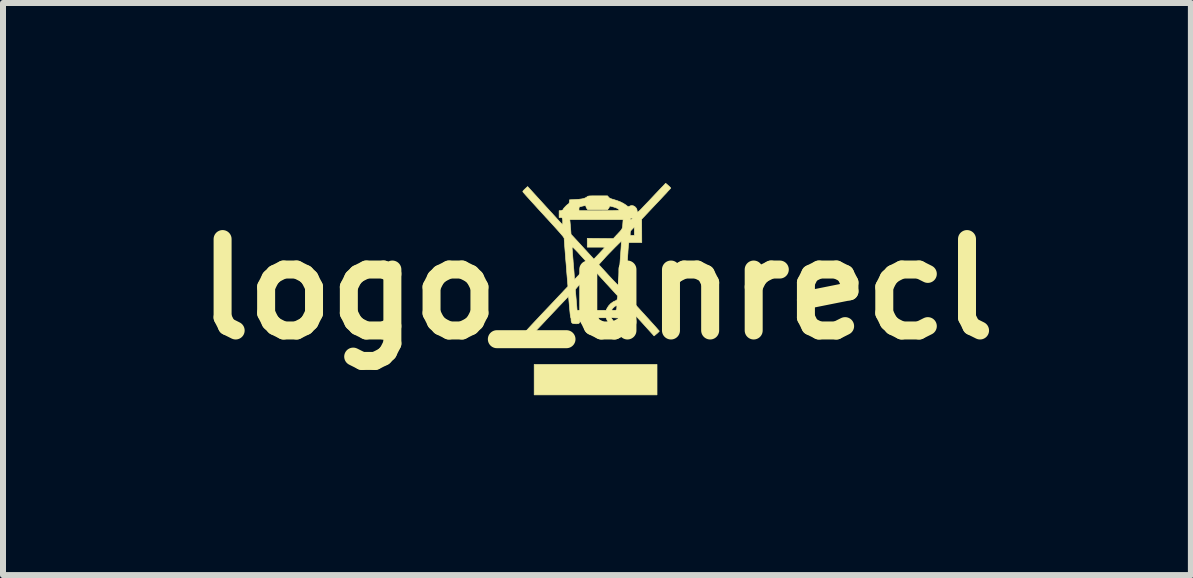
<source format=kicad_pcb>
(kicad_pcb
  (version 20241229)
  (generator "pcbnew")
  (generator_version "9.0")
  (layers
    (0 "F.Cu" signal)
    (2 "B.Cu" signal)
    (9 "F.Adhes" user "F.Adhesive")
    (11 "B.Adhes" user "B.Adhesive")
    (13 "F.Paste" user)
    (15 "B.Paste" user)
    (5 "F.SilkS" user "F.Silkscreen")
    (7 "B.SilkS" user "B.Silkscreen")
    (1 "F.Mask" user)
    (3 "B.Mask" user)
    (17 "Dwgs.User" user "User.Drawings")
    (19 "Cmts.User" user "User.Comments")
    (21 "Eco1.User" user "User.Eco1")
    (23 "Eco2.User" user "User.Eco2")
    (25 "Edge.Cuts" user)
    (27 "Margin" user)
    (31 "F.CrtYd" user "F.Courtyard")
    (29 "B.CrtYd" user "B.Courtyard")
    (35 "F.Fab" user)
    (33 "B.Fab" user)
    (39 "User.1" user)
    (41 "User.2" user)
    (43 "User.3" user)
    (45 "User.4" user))
  (footprint "logo_unrecl"
    (layer "F.Cu")
    (at 6.902 1.77)
    (property "Reference" "logo_unrecl" (at 0 0 0) (layer "F.SilkS") (effects (font (size 1.524 1.524) (thickness 0.3))))
    (attr through_hole)
    (fp_poly (pts (xy 1.001 1.763) (xy -1.047 1.763) (xy -1.047 1.255) (xy 1.001 1.255) (xy 1.001 1.763)) (stroke (width 0.01) (type solid)) (fill yes) (layer "F.SilkS"))
    (fp_poly (pts (xy 1.189 -1.727) (xy 1.209 -1.709) (xy 1.224 -1.693) (xy 1.23 -1.685) (xy 1.23 -1.684) (xy 1.224 -1.677) (xy 1.209 -1.66) (xy 1.185 -1.635) (xy 1.155 -1.601) (xy 1.117 -1.561) (xy 1.075 -1.516) (xy 1.028 -1.466) (xy 0.986 -1.422) (xy 0.745 -1.166) (xy 0.746 -0.972) (xy 0.747 -0.777) (xy 0.532 -0.777) (xy 0.528 -0.752) (xy 0.526 -0.736) (xy 0.523 -0.708) (xy 0.52 -0.671) (xy 0.517 -0.628) (xy 0.516 -0.604) (xy 0.513 -0.566) (xy 0.51 -0.516) (xy 0.506 -0.456) (xy 0.501 -0.389) (xy 0.496 -0.319) (xy 0.491 -0.248) (xy 0.488 -0.206) (xy 0.467 0.069) (xy 0.525 0.133) (xy 0.543 0.152) (xy 0.569 0.181) (xy 0.604 0.219) (xy 0.644 0.263) (xy 0.689 0.312) (xy 0.737 0.365) (xy 0.787 0.419) (xy 0.811 0.446) (xy 0.859 0.498) (xy 0.903 0.547) (xy 0.943 0.591) (xy 0.977 0.629) (xy 1.005 0.661) (xy 1.025 0.684) (xy 1.037 0.697) (xy 1.039 0.701) (xy 1.034 0.708) (xy 1.019 0.722) (xy 0.999 0.741) (xy 0.996 0.743) (xy 0.952 0.78) (xy 0.929 0.754) (xy 0.917 0.741) (xy 0.897 0.719) (xy 0.87 0.689) (xy 0.837 0.653) (xy 0.801 0.613) (xy 0.767 0.575) (xy 0.628 0.423) (xy 0.619 0.459) (xy 0.601 0.517) (xy 0.575 0.563) (xy 0.54 0.599) (xy 0.494 0.629) (xy 0.487 0.632) (xy 0.455 0.647) (xy 0.428 0.654) (xy 0.399 0.657) (xy 0.386 0.657) (xy 0.329 0.65) (xy 0.276 0.63) (xy 0.229 0.599) (xy 0.191 0.559) (xy 0.165 0.511) (xy 0.165 0.511) (xy 0.152 0.477) (xy -0.285 0.477) (xy -0.285 0.512) (xy -0.286 0.543) (xy -0.293 0.563) (xy -0.307 0.573) (xy -0.333 0.577) (xy -0.353 0.577) (xy -0.389 0.575) (xy -0.412 0.568) (xy -0.425 0.553) (xy -0.431 0.529) (xy -0.431 0.515) (xy -0.432 0.492) (xy -0.436 0.476) (xy -0.437 0.475) (xy 0.237 0.475) (xy 0.249 0.497) (xy 0.275 0.532) (xy 0.311 0.558) (xy 0.352 0.572) (xy 0.396 0.575) (xy 0.44 0.566) (xy 0.473 0.549) (xy 0.505 0.518) (xy 0.527 0.479) (xy 0.537 0.437) (xy 0.536 0.393) (xy 0.524 0.351) (xy 0.5 0.315) (xy 0.481 0.297) (xy 0.455 0.277) (xy 0.45 0.326) (xy 0.448 0.356) (xy 0.448 0.384) (xy 0.45 0.399) (xy 0.451 0.425) (xy 0.445 0.45) (xy 0.434 0.471) (xy 0.42 0.48) (xy 0.406 0.482) (xy 0.381 0.482) (xy 0.348 0.481) (xy 0.321 0.48) (xy 0.237 0.475) (xy -0.437 0.475) (xy -0.438 0.473) (xy -0.441 0.463) (xy -0.444 0.441) (xy -0.448 0.408) (xy -0.452 0.366) (xy -0.457 0.318) (xy -0.459 0.294) (xy -0.463 0.245) (xy -0.467 0.201) (xy -0.47 0.165) (xy -0.474 0.139) (xy -0.476 0.125) (xy -0.477 0.124) (xy -0.483 0.129) (xy -0.498 0.145) (xy -0.522 0.17) (xy -0.553 0.202) (xy -0.59 0.241) (xy -0.633 0.286) (xy -0.679 0.335) (xy -0.716 0.374) (xy -0.769 0.43) (xy -0.822 0.486) (xy -0.873 0.541) (xy -0.921 0.592) (xy -0.964 0.637) (xy -1.001 0.676) (xy -1.03 0.707) (xy -1.039 0.716) (xy -1.128 0.809) (xy -1.168 0.773) (xy -1.188 0.754) (xy -1.202 0.738) (xy -1.207 0.727) (xy -1.207 0.727) (xy -1.201 0.72) (xy -1.186 0.702) (xy -1.162 0.676) (xy -1.13 0.641) (xy -1.092 0.6) (xy -1.047 0.552) (xy -0.997 0.499) (xy -0.944 0.442) (xy -0.893 0.388) (xy -0.835 0.327) (xy -0.778 0.267) (xy -0.725 0.211) (xy -0.676 0.159) (xy -0.632 0.112) (xy -0.594 0.072) (xy -0.564 0.04) (xy -0.543 0.017) (xy -0.533 0.007) (xy -0.531 0.005) (xy -0.361 0.005) (xy -0.346 0.177) (xy -0.342 0.227) (xy -0.338 0.272) (xy -0.335 0.308) (xy -0.333 0.335) (xy -0.331 0.35) (xy -0.331 0.352) (xy -0.324 0.353) (xy -0.303 0.353) (xy -0.27 0.353) (xy -0.227 0.354) (xy -0.177 0.354) (xy -0.12 0.354) (xy -0.089 0.354) (xy 0.153 0.354) (xy 0.156 0.347) (xy 0.246 0.347) (xy 0.253 0.351) (xy 0.271 0.354) (xy 0.284 0.354) (xy 0.31 0.352) (xy 0.323 0.346) (xy 0.326 0.342) (xy 0.329 0.326) (xy 0.331 0.304) (xy 0.331 0.299) (xy 0.331 0.269) (xy 0.307 0.282) (xy 0.288 0.296) (xy 0.269 0.314) (xy 0.253 0.332) (xy 0.246 0.346) (xy 0.246 0.347) (xy 0.156 0.347) (xy 0.168 0.32) (xy 0.193 0.28) (xy 0.228 0.242) (xy 0.27 0.212) (xy 0.294 0.2) (xy 0.318 0.19) (xy 0.331 0.181) (xy 0.337 0.169) (xy 0.34 0.151) (xy 0.341 0.148) (xy 0.345 0.112) (xy 0.194 -0.053) (xy 0.152 -0.098) (xy 0.112 -0.143) (xy 0.074 -0.184) (xy 0.041 -0.22) (xy 0.015 -0.249) (xy -0.003 -0.269) (xy -0.004 -0.27) (xy -0.025 -0.293) (xy -0.041 -0.311) (xy -0.052 -0.321) (xy -0.054 -0.322) (xy -0.06 -0.316) (xy -0.075 -0.302) (xy -0.097 -0.279) (xy -0.125 -0.25) (xy -0.156 -0.218) (xy -0.189 -0.183) (xy -0.223 -0.147) (xy -0.256 -0.112) (xy -0.286 -0.08) (xy -0.311 -0.053) (xy -0.33 -0.032) (xy -0.34 -0.02) (xy -0.361 0.005) (xy -0.531 0.005) (xy -0.484 -0.045) (xy -0.504 -0.282) (xy -0.513 -0.402) (xy -0.522 -0.507) (xy -0.529 -0.599) (xy -0.535 -0.676) (xy -0.537 -0.702) (xy -0.414 -0.702) (xy -0.414 -0.691) (xy -0.413 -0.667) (xy -0.41 -0.631) (xy -0.407 -0.587) (xy -0.403 -0.535) (xy -0.398 -0.477) (xy -0.397 -0.458) (xy -0.392 -0.398) (xy -0.387 -0.342) (xy -0.383 -0.292) (xy -0.38 -0.249) (xy -0.378 -0.217) (xy -0.377 -0.197) (xy -0.377 -0.195) (xy -0.377 -0.174) (xy -0.375 -0.163) (xy -0.375 -0.162) (xy -0.369 -0.167) (xy -0.354 -0.182) (xy -0.332 -0.205) (xy -0.304 -0.234) (xy -0.271 -0.268) (xy -0.255 -0.286) (xy -0.221 -0.322) (xy -0.191 -0.354) (xy -0.167 -0.381) (xy -0.15 -0.402) (xy -0.144 -0.409) (xy 0.03 -0.409) (xy 0.189 -0.235) (xy 0.229 -0.192) (xy 0.265 -0.153) (xy 0.297 -0.12) (xy 0.323 -0.093) (xy 0.341 -0.075) (xy 0.351 -0.066) (xy 0.352 -0.065) (xy 0.354 -0.074) (xy 0.357 -0.095) (xy 0.36 -0.128) (xy 0.363 -0.17) (xy 0.367 -0.218) (xy 0.37 -0.256) (xy 0.375 -0.322) (xy 0.38 -0.396) (xy 0.386 -0.472) (xy 0.391 -0.544) (xy 0.396 -0.607) (xy 0.396 -0.614) (xy 0.4 -0.664) (xy 0.403 -0.71) (xy 0.405 -0.748) (xy 0.406 -0.777) (xy 0.407 -0.794) (xy 0.407 -0.797) (xy 0.401 -0.794) (xy 0.386 -0.781) (xy 0.364 -0.76) (xy 0.336 -0.732) (xy 0.302 -0.699) (xy 0.266 -0.662) (xy 0.227 -0.622) (xy 0.188 -0.582) (xy 0.15 -0.542) (xy 0.115 -0.503) (xy 0.083 -0.468) (xy 0.056 -0.438) (xy 0.056 -0.438) (xy 0.03 -0.409) (xy -0.144 -0.409) (xy -0.141 -0.413) (xy -0.14 -0.415) (xy -0.146 -0.422) (xy -0.16 -0.439) (xy -0.183 -0.464) (xy -0.211 -0.496) (xy -0.244 -0.532) (xy -0.277 -0.568) (xy -0.322 -0.618) (xy -0.358 -0.655) (xy -0.385 -0.682) (xy -0.403 -0.698) (xy -0.412 -0.703) (xy -0.414 -0.702) (xy -0.537 -0.702) (xy -0.54 -0.74) (xy -0.543 -0.788) (xy -0.546 -0.822) (xy -0.546 -0.841) (xy -0.546 -0.843) (xy -0.548 -0.849) (xy -0.551 -0.857) (xy -0.559 -0.868) (xy -0.57 -0.884) (xy -0.587 -0.904) (xy -0.609 -0.93) (xy -0.638 -0.963) (xy -0.674 -1.003) (xy -0.718 -1.052) (xy -0.77 -1.109) (xy -0.833 -1.178) (xy -0.851 -1.197) (xy -0.926 -1.279) (xy -0.992 -1.351) (xy -1.048 -1.413) (xy -1.096 -1.465) (xy -1.135 -1.509) (xy -1.167 -1.544) (xy -1.193 -1.573) (xy -1.211 -1.594) (xy -1.225 -1.61) (xy -1.233 -1.62) (xy -1.236 -1.626) (xy -1.237 -1.627) (xy -1.232 -1.636) (xy -1.218 -1.652) (xy -1.199 -1.671) (xy -1.197 -1.673) (xy -1.156 -1.71) (xy -0.573 -1.071) (xy -0.571 -1.107) (xy -0.571 -1.135) (xy -0.572 -1.161) (xy -0.572 -1.162) (xy -0.454 -1.162) (xy -0.45 -1.13) (xy -0.448 -1.109) (xy -0.445 -1.077) (xy -0.442 -1.039) (xy -0.439 -1.006) (xy -0.432 -0.914) (xy -0.36 -0.836) (xy -0.332 -0.806) (xy -0.297 -0.768) (xy -0.257 -0.724) (xy -0.216 -0.679) (xy -0.176 -0.636) (xy -0.17 -0.629) (xy -0.052 -0.5) (xy 0.03 -0.586) (xy 0.059 -0.617) (xy 0.085 -0.645) (xy 0.106 -0.667) (xy 0.119 -0.682) (xy 0.122 -0.686) (xy 0.124 -0.691) (xy 0.124 -0.695) (xy 0.118 -0.697) (xy 0.104 -0.699) (xy 0.081 -0.7) (xy 0.048 -0.7) (xy 0.001 -0.7) (xy -0.015 -0.7) (xy -0.162 -0.7) (xy -0.162 -0.847) (xy 0.056 -0.845) (xy 0.273 -0.843) (xy 0.348 -0.923) (xy 0.355 -0.931) (xy 0.554 -0.931) (xy 0.554 -0.895) (xy 0.623 -0.897) (xy 0.623 -0.966) (xy 0.623 -1.035) (xy 0.589 -1.001) (xy 0.569 -0.98) (xy 0.559 -0.965) (xy 0.555 -0.948) (xy 0.554 -0.931) (xy 0.355 -0.931) (xy 0.377 -0.954) (xy 0.397 -0.977) (xy 0.412 -0.997) (xy 0.421 -1.016) (xy 0.426 -1.038) (xy 0.429 -1.068) (xy 0.432 -1.108) (xy 0.433 -1.122) (xy 0.436 -1.162) (xy -0.454 -1.162) (xy -0.572 -1.162) (xy -0.573 -1.168) (xy -0.574 -1.17) (xy 0.554 -1.17) (xy 0.557 -1.157) (xy 0.561 -1.155) (xy 0.57 -1.16) (xy 0.581 -1.17) (xy 0.59 -1.181) (xy 0.587 -1.185) (xy 0.575 -1.185) (xy 0.559 -1.182) (xy 0.554 -1.171) (xy 0.554 -1.17) (xy -0.574 -1.17) (xy -0.578 -1.185) (xy -0.588 -1.192) (xy -0.605 -1.193) (xy -0.631 -1.193) (xy -0.631 -1.308) (xy -0.6 -1.308) (xy -0.578 -1.311) (xy -0.57 -1.318) (xy -0.57 -1.319) (xy -0.564 -1.331) (xy -0.559 -1.339) (xy -0.3 -1.339) (xy -0.3 -1.308) (xy 0.035 -1.308) (xy 0.116 -1.309) (xy 0.184 -1.309) (xy 0.238 -1.309) (xy 0.281 -1.31) (xy 0.314 -1.311) (xy 0.338 -1.312) (xy 0.354 -1.313) (xy 0.364 -1.315) (xy 0.368 -1.318) (xy 0.369 -1.32) (xy 0.362 -1.331) (xy 0.343 -1.344) (xy 0.313 -1.358) (xy 0.275 -1.37) (xy 0.264 -1.373) (xy 0.235 -1.381) (xy 0.219 -1.384) (xy 0.211 -1.384) (xy 0.208 -1.38) (xy 0.208 -1.375) (xy 0.203 -1.362) (xy 0.193 -1.345) (xy 0.192 -1.344) (xy 0.176 -1.324) (xy -0.153 -1.324) (xy -0.169 -1.344) (xy -0.18 -1.363) (xy -0.185 -1.379) (xy -0.185 -1.38) (xy -0.187 -1.389) (xy -0.195 -1.392) (xy -0.214 -1.39) (xy -0.242 -1.384) (xy -0.271 -1.377) (xy -0.271 -1.377) (xy -0.29 -1.371) (xy -0.298 -1.362) (xy -0.3 -1.345) (xy -0.3 -1.339) (xy -0.559 -1.339) (xy -0.551 -1.35) (xy -0.532 -1.371) (xy -0.512 -1.392) (xy -0.493 -1.409) (xy -0.482 -1.416) (xy -0.468 -1.427) (xy -0.462 -1.445) (xy -0.46 -1.458) (xy -0.458 -1.489) (xy -0.366 -1.494) (xy -0.3 -1.498) (xy -0.248 -1.505) (xy -0.209 -1.515) (xy -0.181 -1.528) (xy -0.169 -1.536) (xy -0.162 -1.542) (xy -0.155 -1.547) (xy -0.145 -1.55) (xy -0.13 -1.553) (xy -0.108 -1.554) (xy -0.077 -1.555) (xy -0.034 -1.555) (xy 0.013 -1.555) (xy 0.176 -1.555) (xy 0.194 -1.533) (xy 0.207 -1.52) (xy 0.227 -1.51) (xy 0.256 -1.5) (xy 0.277 -1.494) (xy 0.335 -1.476) (xy 0.392 -1.454) (xy 0.443 -1.428) (xy 0.484 -1.401) (xy 0.49 -1.396) (xy 0.51 -1.381) (xy 0.522 -1.375) (xy 0.531 -1.376) (xy 0.54 -1.381) (xy 0.569 -1.393) (xy 0.601 -1.391) (xy 0.63 -1.377) (xy 0.638 -1.369) (xy 0.655 -1.35) (xy 0.665 -1.33) (xy 0.67 -1.304) (xy 0.671 -1.29) (xy 0.673 -1.285) (xy 0.675 -1.283) (xy 0.681 -1.285) (xy 0.691 -1.292) (xy 0.705 -1.304) (xy 0.725 -1.323) (xy 0.751 -1.35) (xy 0.785 -1.386) (xy 0.828 -1.431) (xy 0.877 -1.482) (xy 0.924 -1.532) (xy 0.968 -1.579) (xy 1.01 -1.623) (xy 1.046 -1.661) (xy 1.076 -1.693) (xy 1.099 -1.716) (xy 1.112 -1.73) (xy 1.113 -1.731) (xy 1.145 -1.765) (xy 1.189 -1.727)) (stroke (width 0.01) (type solid)) (fill yes) (layer "F.SilkS")))
  (gr_rect
    (start -3 -3)
    (end 16.803 6.537)
    (stroke (width 0.1) (type default))
    (fill no)
    (layer "Edge.Cuts")))
</source>
